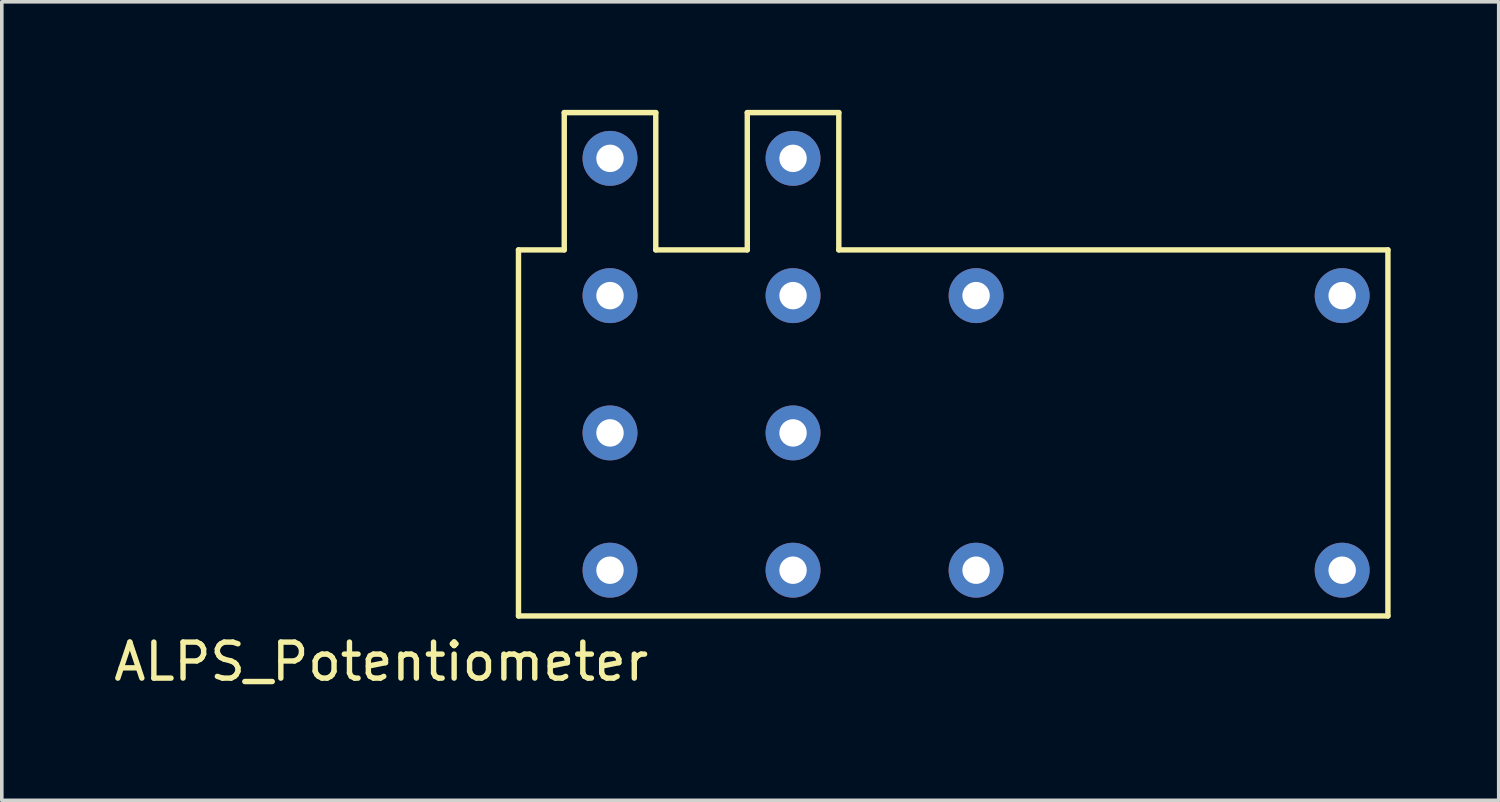
<source format=kicad_pcb>
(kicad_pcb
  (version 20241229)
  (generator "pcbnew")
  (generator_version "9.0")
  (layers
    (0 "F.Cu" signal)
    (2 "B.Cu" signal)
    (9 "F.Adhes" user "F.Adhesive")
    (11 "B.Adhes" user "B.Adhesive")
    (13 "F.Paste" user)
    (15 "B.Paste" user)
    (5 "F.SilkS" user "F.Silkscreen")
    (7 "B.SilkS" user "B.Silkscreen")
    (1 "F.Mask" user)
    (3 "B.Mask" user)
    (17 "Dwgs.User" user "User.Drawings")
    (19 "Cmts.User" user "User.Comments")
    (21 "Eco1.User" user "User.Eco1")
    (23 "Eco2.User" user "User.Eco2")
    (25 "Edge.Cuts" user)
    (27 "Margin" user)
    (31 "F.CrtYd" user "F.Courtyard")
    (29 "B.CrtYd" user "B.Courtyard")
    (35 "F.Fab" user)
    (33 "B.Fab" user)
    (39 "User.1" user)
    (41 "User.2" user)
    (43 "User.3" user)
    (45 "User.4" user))
  (footprint "ALPS_Potentiometer"
    (layer "F.Cu")
    (at 13.88 12.775)
    (property "Reference" "ALPS_Potentiometer" (at -6.35 2.54 0) (layer "F.SilkS") (effects (font (size 1 1) (thickness 0.15))))
    (attr through_hole)
    (fp_line (start -2.54 -8.89) (end -2.54 1.27) (stroke (width 0.15) (type solid)) (layer "F.SilkS"))
    (fp_line (start -2.54 1.27) (end 21.59 1.27) (stroke (width 0.15) (type solid)) (layer "F.SilkS"))
    (fp_line (start -1.27 -12.7) (end -1.27 -8.89) (stroke (width 0.15) (type solid)) (layer "F.SilkS"))
    (fp_line (start -1.27 -8.89) (end -2.54 -8.89) (stroke (width 0.15) (type solid)) (layer "F.SilkS"))
    (fp_line (start 1.27 -12.7) (end -1.27 -12.7) (stroke (width 0.15) (type solid)) (layer "F.SilkS"))
    (fp_line (start 1.27 -8.89) (end 1.27 -12.7) (stroke (width 0.15) (type solid)) (layer "F.SilkS"))
    (fp_line (start 3.81 -12.7) (end 3.81 -8.89) (stroke (width 0.15) (type solid)) (layer "F.SilkS"))
    (fp_line (start 3.81 -8.89) (end 1.27 -8.89) (stroke (width 0.15) (type solid)) (layer "F.SilkS"))
    (fp_line (start 6.35 -12.7) (end 3.81 -12.7) (stroke (width 0.15) (type solid)) (layer "F.SilkS"))
    (fp_line (start 6.35 -8.89) (end 6.35 -12.7) (stroke (width 0.15) (type solid)) (layer "F.SilkS"))
    (fp_line (start 21.59 -8.89) (end 6.35 -8.89) (stroke (width 0.15) (type solid)) (layer "F.SilkS"))
    (fp_line (start 21.59 1.27) (end 21.59 -8.89) (stroke (width 0.15) (type solid)) (layer "F.SilkS"))
    (pad "1" thru_hole circle (at 0 0) (size 1.524 1.524) (drill 0.762) (layers "*.Cu" "*.Mask"))
    (pad "2" thru_hole circle (at 0 -3.81) (size 1.524 1.524) (drill 0.762) (layers "*.Cu" "*.Mask"))
    (pad "3" thru_hole circle (at 0 -7.62) (size 1.524 1.524) (drill 0.762) (layers "*.Cu" "*.Mask"))
    (pad "4" thru_hole circle (at 0 -11.43) (size 1.524 1.524) (drill 0.762) (layers "*.Cu" "*.Mask"))
    (pad "5" thru_hole circle (at 5.08 0) (size 1.524 1.524) (drill 0.762) (layers "*.Cu" "*.Mask"))
    (pad "6" thru_hole circle (at 5.08 -3.81) (size 1.524 1.524) (drill 0.762) (layers "*.Cu" "*.Mask"))
    (pad "7" thru_hole circle (at 5.08 -7.62) (size 1.524 1.524) (drill 0.762) (layers "*.Cu" "*.Mask"))
    (pad "8" thru_hole circle (at 5.08 -11.43) (size 1.524 1.524) (drill 0.762) (layers "*.Cu" "*.Mask"))
    (pad "9" thru_hole circle (at 10.16 0) (size 1.524 1.524) (drill 0.762) (layers "*.Cu" "*.Mask"))
    (pad "10" thru_hole circle (at 10.16 -7.62) (size 1.524 1.524) (drill 0.762) (layers "*.Cu" "*.Mask"))
    (pad "12" thru_hole circle (at 20.32 0) (size 1.524 1.524) (drill 0.762) (layers "*.Cu" "*.Mask"))
    (pad "13" thru_hole circle (at 20.32 -7.62) (size 1.524 1.524) (drill 0.762) (layers "*.Cu" "*.Mask")))
  (gr_rect
    (start -3 -3)
    (end 38.545 19.163)
    (stroke (width 0.1) (type default))
    (fill no)
    (layer "Edge.Cuts")))
</source>
